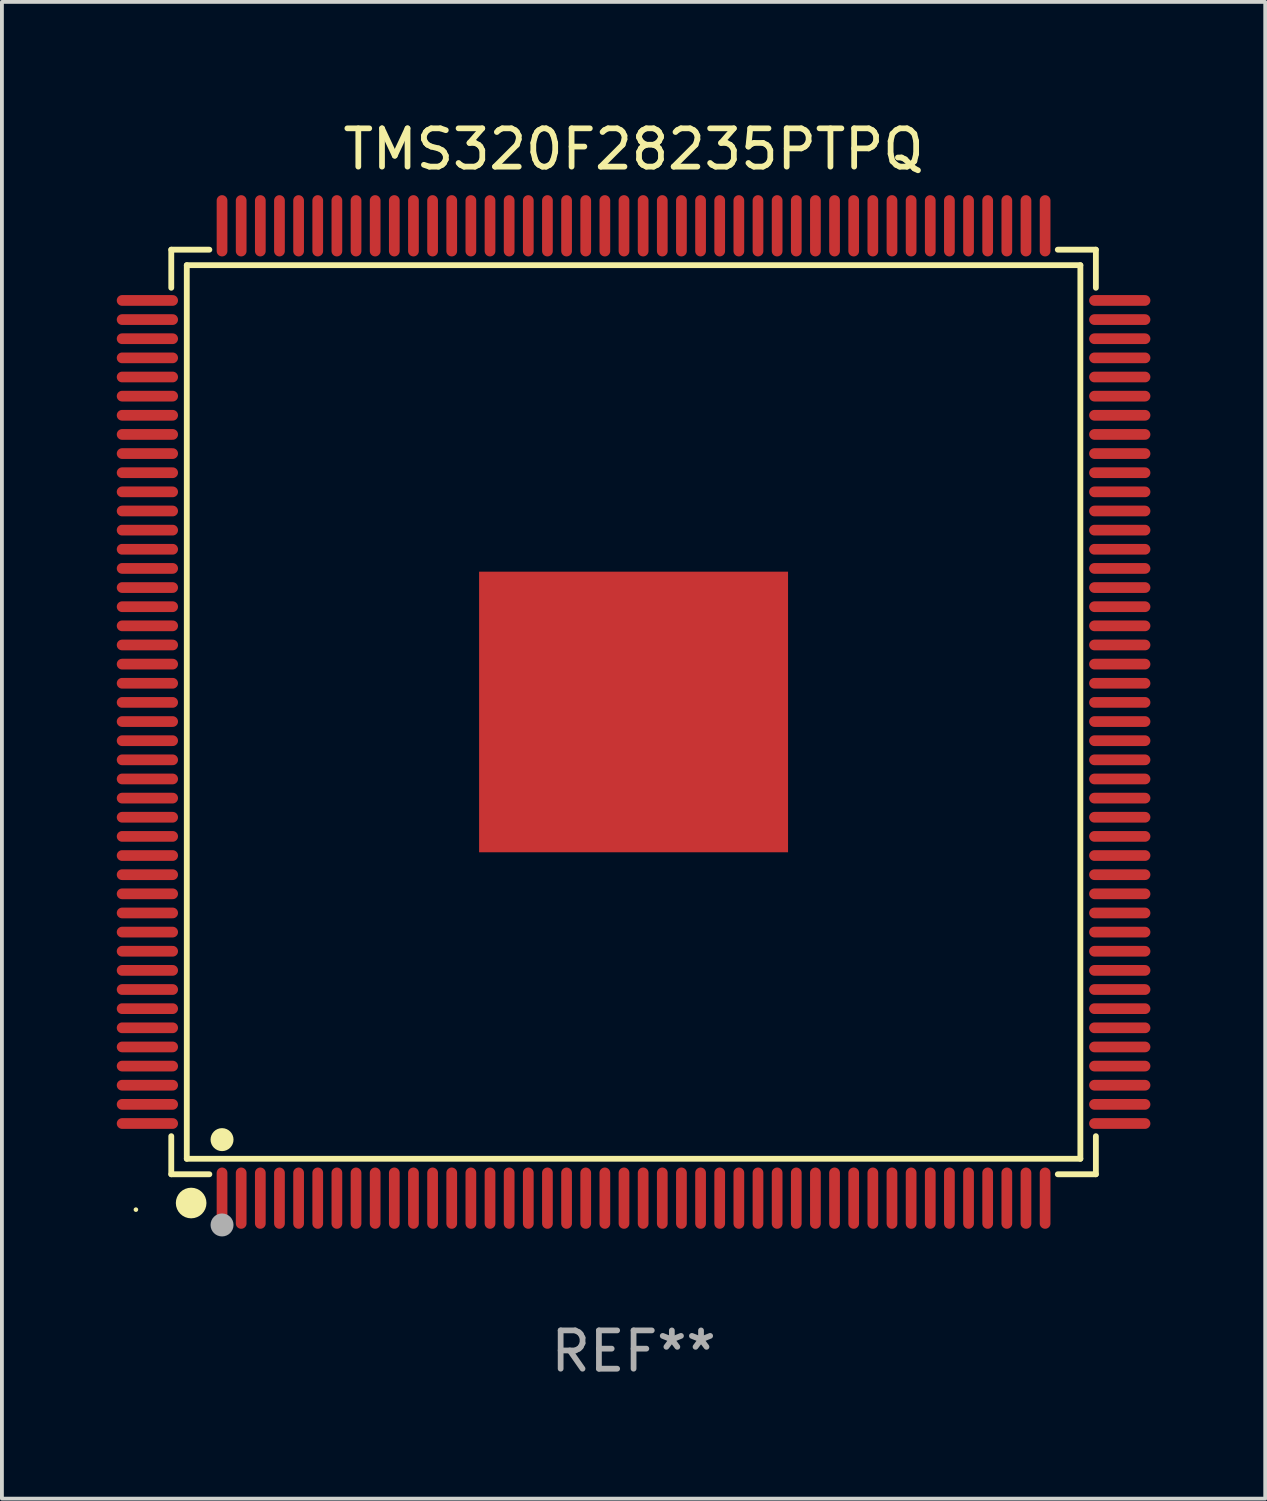
<source format=kicad_pcb>
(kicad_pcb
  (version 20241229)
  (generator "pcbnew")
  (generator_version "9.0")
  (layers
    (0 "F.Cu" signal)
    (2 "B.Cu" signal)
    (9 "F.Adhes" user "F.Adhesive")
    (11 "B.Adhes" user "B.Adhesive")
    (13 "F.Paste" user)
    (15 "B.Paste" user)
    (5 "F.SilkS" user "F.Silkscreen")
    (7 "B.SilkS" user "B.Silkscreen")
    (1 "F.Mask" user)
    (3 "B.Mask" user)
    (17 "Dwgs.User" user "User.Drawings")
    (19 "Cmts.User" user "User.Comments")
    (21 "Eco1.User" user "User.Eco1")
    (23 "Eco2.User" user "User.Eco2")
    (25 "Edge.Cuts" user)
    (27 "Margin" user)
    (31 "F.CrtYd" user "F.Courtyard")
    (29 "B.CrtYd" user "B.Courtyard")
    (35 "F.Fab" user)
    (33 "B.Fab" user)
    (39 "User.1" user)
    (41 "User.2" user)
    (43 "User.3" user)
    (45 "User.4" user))
  (footprint "TMS320F28235PTPQ"
    (layer "F.Cu")
    (at 13.5 15.548)
    (property "Reference" "TMS320F28235PTPQ" (at 0 -14.7 0) (layer "F.SilkS") (effects (font (size 1 1) (thickness 0.15))))
    (attr through_hole)
    (fp_line (start -12.076 -12.076) (end -11.081 -12.076) (stroke (width 0.152) (type solid)) (layer "F.SilkS"))
    (fp_line (start -12.076 -11.081) (end -12.076 -12.076) (stroke (width 0.152) (type solid)) (layer "F.SilkS"))
    (fp_line (start -12.076 11.081) (end -12.076 12.076) (stroke (width 0.152) (type solid)) (layer "F.SilkS"))
    (fp_line (start -12.076 12.076) (end -11.081 12.076) (stroke (width 0.152) (type solid)) (layer "F.SilkS"))
    (fp_line (start -11.671 -11.671) (end 11.671 -11.671) (stroke (width 0.152) (type solid)) (layer "F.SilkS"))
    (fp_line (start -11.671 11.671) (end -11.671 -11.671) (stroke (width 0.152) (type solid)) (layer "F.SilkS"))
    (fp_line (start 11.671 -11.671) (end 11.671 11.671) (stroke (width 0.152) (type solid)) (layer "F.SilkS"))
    (fp_line (start 11.671 11.671) (end -11.671 11.671) (stroke (width 0.152) (type solid)) (layer "F.SilkS"))
    (fp_line (start 12.076 -12.076) (end 11.081 -12.076) (stroke (width 0.152) (type solid)) (layer "F.SilkS"))
    (fp_line (start 12.076 -11.081) (end 12.076 -12.076) (stroke (width 0.152) (type solid)) (layer "F.SilkS"))
    (fp_line (start 12.076 11.081) (end 12.076 12.076) (stroke (width 0.152) (type solid)) (layer "F.SilkS"))
    (fp_line (start 12.076 12.076) (end 11.081 12.076) (stroke (width 0.152) (type solid)) (layer "F.SilkS"))
    (fp_circle (center -13 13) (end -12.97 13) (stroke (width 0.06) (type solid)) (fill no) (layer "F.SilkS"))
    (fp_circle (center -11.557 12.827) (end -11.357 12.827) (stroke (width 0.4) (type solid)) (fill no) (layer "F.SilkS"))
    (fp_circle (center -10.75 11.171) (end -10.6 11.171) (stroke (width 0.3) (type solid)) (fill no) (layer "F.SilkS"))
    (fp_circle (center -10.75 13.4) (end -10.6 13.4) (stroke (width 0.3) (type solid)) (fill no) (layer "F.Fab"))
    (fp_text user "REF**" (at 0 16.7 0) (layer "F.Fab") (effects (font (size 1 1) (thickness 0.15))))
    (pad "1" smd oval (at -10.75 12.7) (size 0.28 1.6) (layers "F.Cu" "F.Mask" "F.Paste"))
    (pad "2" smd oval (at -10.25 12.7) (size 0.28 1.6) (layers "F.Cu" "F.Mask" "F.Paste"))
    (pad "3" smd oval (at -9.75 12.7) (size 0.28 1.6) (layers "F.Cu" "F.Mask" "F.Paste"))
    (pad "4" smd oval (at -9.25 12.7) (size 0.28 1.6) (layers "F.Cu" "F.Mask" "F.Paste"))
    (pad "5" smd oval (at -8.75 12.7) (size 0.28 1.6) (layers "F.Cu" "F.Mask" "F.Paste"))
    (pad "6" smd oval (at -8.25 12.7) (size 0.28 1.6) (layers "F.Cu" "F.Mask" "F.Paste"))
    (pad "7" smd oval (at -7.75 12.7) (size 0.28 1.6) (layers "F.Cu" "F.Mask" "F.Paste"))
    (pad "8" smd oval (at -7.25 12.7) (size 0.28 1.6) (layers "F.Cu" "F.Mask" "F.Paste"))
    (pad "9" smd oval (at -6.75 12.7) (size 0.28 1.6) (layers "F.Cu" "F.Mask" "F.Paste"))
    (pad "10" smd oval (at -6.25 12.7) (size 0.28 1.6) (layers "F.Cu" "F.Mask" "F.Paste"))
    (pad "11" smd oval (at -5.75 12.7) (size 0.28 1.6) (layers "F.Cu" "F.Mask" "F.Paste"))
    (pad "12" smd oval (at -5.25 12.7) (size 0.28 1.6) (layers "F.Cu" "F.Mask" "F.Paste"))
    (pad "13" smd oval (at -4.75 12.7) (size 0.28 1.6) (layers "F.Cu" "F.Mask" "F.Paste"))
    (pad "14" smd oval (at -4.25 12.7) (size 0.28 1.6) (layers "F.Cu" "F.Mask" "F.Paste"))
    (pad "15" smd oval (at -3.75 12.7) (size 0.28 1.6) (layers "F.Cu" "F.Mask" "F.Paste"))
    (pad "16" smd oval (at -3.25 12.7) (size 0.28 1.6) (layers "F.Cu" "F.Mask" "F.Paste"))
    (pad "17" smd oval (at -2.75 12.7) (size 0.28 1.6) (layers "F.Cu" "F.Mask" "F.Paste"))
    (pad "18" smd oval (at -2.25 12.7) (size 0.28 1.6) (layers "F.Cu" "F.Mask" "F.Paste"))
    (pad "19" smd oval (at -1.75 12.7) (size 0.28 1.6) (layers "F.Cu" "F.Mask" "F.Paste"))
    (pad "20" smd oval (at -1.25 12.7) (size 0.28 1.6) (layers "F.Cu" "F.Mask" "F.Paste"))
    (pad "21" smd oval (at -0.75 12.7) (size 0.28 1.6) (layers "F.Cu" "F.Mask" "F.Paste"))
    (pad "22" smd oval (at -0.25 12.7) (size 0.28 1.6) (layers "F.Cu" "F.Mask" "F.Paste"))
    (pad "23" smd oval (at 0.25 12.7) (size 0.28 1.6) (layers "F.Cu" "F.Mask" "F.Paste"))
    (pad "24" smd oval (at 0.75 12.7) (size 0.28 1.6) (layers "F.Cu" "F.Mask" "F.Paste"))
    (pad "25" smd oval (at 1.25 12.7) (size 0.28 1.6) (layers "F.Cu" "F.Mask" "F.Paste"))
    (pad "26" smd oval (at 1.75 12.7) (size 0.28 1.6) (layers "F.Cu" "F.Mask" "F.Paste"))
    (pad "27" smd oval (at 2.25 12.7) (size 0.28 1.6) (layers "F.Cu" "F.Mask" "F.Paste"))
    (pad "28" smd oval (at 2.75 12.7) (size 0.28 1.6) (layers "F.Cu" "F.Mask" "F.Paste"))
    (pad "29" smd oval (at 3.25 12.7) (size 0.28 1.6) (layers "F.Cu" "F.Mask" "F.Paste"))
    (pad "30" smd oval (at 3.75 12.7) (size 0.28 1.6) (layers "F.Cu" "F.Mask" "F.Paste"))
    (pad "31" smd oval (at 4.25 12.7) (size 0.28 1.6) (layers "F.Cu" "F.Mask" "F.Paste"))
    (pad "32" smd oval (at 4.75 12.7) (size 0.28 1.6) (layers "F.Cu" "F.Mask" "F.Paste"))
    (pad "33" smd oval (at 5.25 12.7) (size 0.28 1.6) (layers "F.Cu" "F.Mask" "F.Paste"))
    (pad "34" smd oval (at 5.75 12.7) (size 0.28 1.6) (layers "F.Cu" "F.Mask" "F.Paste"))
    (pad "35" smd oval (at 6.25 12.7) (size 0.28 1.6) (layers "F.Cu" "F.Mask" "F.Paste"))
    (pad "36" smd oval (at 6.75 12.7) (size 0.28 1.6) (layers "F.Cu" "F.Mask" "F.Paste"))
    (pad "37" smd oval (at 7.25 12.7) (size 0.28 1.6) (layers "F.Cu" "F.Mask" "F.Paste"))
    (pad "38" smd oval (at 7.75 12.7) (size 0.28 1.6) (layers "F.Cu" "F.Mask" "F.Paste"))
    (pad "39" smd oval (at 8.25 12.7) (size 0.28 1.6) (layers "F.Cu" "F.Mask" "F.Paste"))
    (pad "40" smd oval (at 8.75 12.7) (size 0.28 1.6) (layers "F.Cu" "F.Mask" "F.Paste"))
    (pad "41" smd oval (at 9.25 12.7) (size 0.28 1.6) (layers "F.Cu" "F.Mask" "F.Paste"))
    (pad "42" smd oval (at 9.75 12.7) (size 0.28 1.6) (layers "F.Cu" "F.Mask" "F.Paste"))
    (pad "43" smd oval (at 10.25 12.7) (size 0.28 1.6) (layers "F.Cu" "F.Mask" "F.Paste"))
    (pad "44" smd oval (at 10.75 12.7) (size 0.28 1.6) (layers "F.Cu" "F.Mask" "F.Paste"))
    (pad "45" smd oval (at 12.7 10.75) (size 1.6 0.28) (layers "F.Cu" "F.Mask" "F.Paste"))
    (pad "46" smd oval (at 12.7 10.25) (size 1.6 0.28) (layers "F.Cu" "F.Mask" "F.Paste"))
    (pad "47" smd oval (at 12.7 9.75) (size 1.6 0.28) (layers "F.Cu" "F.Mask" "F.Paste"))
    (pad "48" smd oval (at 12.7 9.25) (size 1.6 0.28) (layers "F.Cu" "F.Mask" "F.Paste"))
    (pad "49" smd oval (at 12.7 8.75) (size 1.6 0.28) (layers "F.Cu" "F.Mask" "F.Paste"))
    (pad "50" smd oval (at 12.7 8.25) (size 1.6 0.28) (layers "F.Cu" "F.Mask" "F.Paste"))
    (pad "51" smd oval (at 12.7 7.75) (size 1.6 0.28) (layers "F.Cu" "F.Mask" "F.Paste"))
    (pad "52" smd oval (at 12.7 7.25) (size 1.6 0.28) (layers "F.Cu" "F.Mask" "F.Paste"))
    (pad "53" smd oval (at 12.7 6.75) (size 1.6 0.28) (layers "F.Cu" "F.Mask" "F.Paste"))
    (pad "54" smd oval (at 12.7 6.25) (size 1.6 0.28) (layers "F.Cu" "F.Mask" "F.Paste"))
    (pad "55" smd oval (at 12.7 5.75) (size 1.6 0.28) (layers "F.Cu" "F.Mask" "F.Paste"))
    (pad "56" smd oval (at 12.7 5.25) (size 1.6 0.28) (layers "F.Cu" "F.Mask" "F.Paste"))
    (pad "57" smd oval (at 12.7 4.75) (size 1.6 0.28) (layers "F.Cu" "F.Mask" "F.Paste"))
    (pad "58" smd oval (at 12.7 4.25) (size 1.6 0.28) (layers "F.Cu" "F.Mask" "F.Paste"))
    (pad "59" smd oval (at 12.7 3.75) (size 1.6 0.28) (layers "F.Cu" "F.Mask" "F.Paste"))
    (pad "60" smd oval (at 12.7 3.25) (size 1.6 0.28) (layers "F.Cu" "F.Mask" "F.Paste"))
    (pad "61" smd oval (at 12.7 2.75) (size 1.6 0.28) (layers "F.Cu" "F.Mask" "F.Paste"))
    (pad "62" smd oval (at 12.7 2.25) (size 1.6 0.28) (layers "F.Cu" "F.Mask" "F.Paste"))
    (pad "63" smd oval (at 12.7 1.75) (size 1.6 0.28) (layers "F.Cu" "F.Mask" "F.Paste"))
    (pad "64" smd oval (at 12.7 1.25) (size 1.6 0.28) (layers "F.Cu" "F.Mask" "F.Paste"))
    (pad "65" smd oval (at 12.7 0.75) (size 1.6 0.28) (layers "F.Cu" "F.Mask" "F.Paste"))
    (pad "66" smd oval (at 12.7 0.25) (size 1.6 0.28) (layers "F.Cu" "F.Mask" "F.Paste"))
    (pad "67" smd oval (at 12.7 -0.25) (size 1.6 0.28) (layers "F.Cu" "F.Mask" "F.Paste"))
    (pad "68" smd oval (at 12.7 -0.75) (size 1.6 0.28) (layers "F.Cu" "F.Mask" "F.Paste"))
    (pad "69" smd oval (at 12.7 -1.25) (size 1.6 0.28) (layers "F.Cu" "F.Mask" "F.Paste"))
    (pad "70" smd oval (at 12.7 -1.75) (size 1.6 0.28) (layers "F.Cu" "F.Mask" "F.Paste"))
    (pad "71" smd oval (at 12.7 -2.25) (size 1.6 0.28) (layers "F.Cu" "F.Mask" "F.Paste"))
    (pad "72" smd oval (at 12.7 -2.75) (size 1.6 0.28) (layers "F.Cu" "F.Mask" "F.Paste"))
    (pad "73" smd oval (at 12.7 -3.25) (size 1.6 0.28) (layers "F.Cu" "F.Mask" "F.Paste"))
    (pad "74" smd oval (at 12.7 -3.75) (size 1.6 0.28) (layers "F.Cu" "F.Mask" "F.Paste"))
    (pad "75" smd oval (at 12.7 -4.25) (size 1.6 0.28) (layers "F.Cu" "F.Mask" "F.Paste"))
    (pad "76" smd oval (at 12.7 -4.75) (size 1.6 0.28) (layers "F.Cu" "F.Mask" "F.Paste"))
    (pad "77" smd oval (at 12.7 -5.25) (size 1.6 0.28) (layers "F.Cu" "F.Mask" "F.Paste"))
    (pad "78" smd oval (at 12.7 -5.75) (size 1.6 0.28) (layers "F.Cu" "F.Mask" "F.Paste"))
    (pad "79" smd oval (at 12.7 -6.25) (size 1.6 0.28) (layers "F.Cu" "F.Mask" "F.Paste"))
    (pad "80" smd oval (at 12.7 -6.75) (size 1.6 0.28) (layers "F.Cu" "F.Mask" "F.Paste"))
    (pad "81" smd oval (at 12.7 -7.25) (size 1.6 0.28) (layers "F.Cu" "F.Mask" "F.Paste"))
    (pad "82" smd oval (at 12.7 -7.75) (size 1.6 0.28) (layers "F.Cu" "F.Mask" "F.Paste"))
    (pad "83" smd oval (at 12.7 -8.25) (size 1.6 0.28) (layers "F.Cu" "F.Mask" "F.Paste"))
    (pad "84" smd oval (at 12.7 -8.75) (size 1.6 0.28) (layers "F.Cu" "F.Mask" "F.Paste"))
    (pad "85" smd oval (at 12.7 -9.25) (size 1.6 0.28) (layers "F.Cu" "F.Mask" "F.Paste"))
    (pad "86" smd oval (at 12.7 -9.75) (size 1.6 0.28) (layers "F.Cu" "F.Mask" "F.Paste"))
    (pad "87" smd oval (at 12.7 -10.25) (size 1.6 0.28) (layers "F.Cu" "F.Mask" "F.Paste"))
    (pad "88" smd oval (at 12.7 -10.75) (size 1.6 0.28) (layers "F.Cu" "F.Mask" "F.Paste"))
    (pad "89" smd oval (at 10.75 -12.7) (size 0.28 1.6) (layers "F.Cu" "F.Mask" "F.Paste"))
    (pad "90" smd oval (at 10.25 -12.7) (size 0.28 1.6) (layers "F.Cu" "F.Mask" "F.Paste"))
    (pad "91" smd oval (at 9.75 -12.7) (size 0.28 1.6) (layers "F.Cu" "F.Mask" "F.Paste"))
    (pad "92" smd oval (at 9.25 -12.7) (size 0.28 1.6) (layers "F.Cu" "F.Mask" "F.Paste"))
    (pad "93" smd oval (at 8.75 -12.7) (size 0.28 1.6) (layers "F.Cu" "F.Mask" "F.Paste"))
    (pad "94" smd oval (at 8.25 -12.7) (size 0.28 1.6) (layers "F.Cu" "F.Mask" "F.Paste"))
    (pad "95" smd oval (at 7.75 -12.7) (size 0.28 1.6) (layers "F.Cu" "F.Mask" "F.Paste"))
    (pad "96" smd oval (at 7.25 -12.7) (size 0.28 1.6) (layers "F.Cu" "F.Mask" "F.Paste"))
    (pad "97" smd oval (at 6.75 -12.7) (size 0.28 1.6) (layers "F.Cu" "F.Mask" "F.Paste"))
    (pad "98" smd oval (at 6.25 -12.7) (size 0.28 1.6) (layers "F.Cu" "F.Mask" "F.Paste"))
    (pad "99" smd oval (at 5.75 -12.7) (size 0.28 1.6) (layers "F.Cu" "F.Mask" "F.Paste"))
    (pad "100" smd oval (at 5.25 -12.7) (size 0.28 1.6) (layers "F.Cu" "F.Mask" "F.Paste"))
    (pad "101" smd oval (at 4.75 -12.7) (size 0.28 1.6) (layers "F.Cu" "F.Mask" "F.Paste"))
    (pad "102" smd oval (at 4.25 -12.7) (size 0.28 1.6) (layers "F.Cu" "F.Mask" "F.Paste"))
    (pad "103" smd oval (at 3.75 -12.7) (size 0.28 1.6) (layers "F.Cu" "F.Mask" "F.Paste"))
    (pad "104" smd oval (at 3.25 -12.7) (size 0.28 1.6) (layers "F.Cu" "F.Mask" "F.Paste"))
    (pad "105" smd oval (at 2.75 -12.7) (size 0.28 1.6) (layers "F.Cu" "F.Mask" "F.Paste"))
    (pad "106" smd oval (at 2.25 -12.7) (size 0.28 1.6) (layers "F.Cu" "F.Mask" "F.Paste"))
    (pad "107" smd oval (at 1.75 -12.7) (size 0.28 1.6) (layers "F.Cu" "F.Mask" "F.Paste"))
    (pad "108" smd oval (at 1.25 -12.7) (size 0.28 1.6) (layers "F.Cu" "F.Mask" "F.Paste"))
    (pad "109" smd oval (at 0.75 -12.7) (size 0.28 1.6) (layers "F.Cu" "F.Mask" "F.Paste"))
    (pad "110" smd oval (at 0.25 -12.7) (size 0.28 1.6) (layers "F.Cu" "F.Mask" "F.Paste"))
    (pad "111" smd oval (at -0.25 -12.7) (size 0.28 1.6) (layers "F.Cu" "F.Mask" "F.Paste"))
    (pad "112" smd oval (at -0.75 -12.7) (size 0.28 1.6) (layers "F.Cu" "F.Mask" "F.Paste"))
    (pad "113" smd oval (at -1.25 -12.7) (size 0.28 1.6) (layers "F.Cu" "F.Mask" "F.Paste"))
    (pad "114" smd oval (at -1.75 -12.7) (size 0.28 1.6) (layers "F.Cu" "F.Mask" "F.Paste"))
    (pad "115" smd oval (at -2.25 -12.7) (size 0.28 1.6) (layers "F.Cu" "F.Mask" "F.Paste"))
    (pad "116" smd oval (at -2.75 -12.7) (size 0.28 1.6) (layers "F.Cu" "F.Mask" "F.Paste"))
    (pad "117" smd oval (at -3.25 -12.7) (size 0.28 1.6) (layers "F.Cu" "F.Mask" "F.Paste"))
    (pad "118" smd oval (at -3.75 -12.7) (size 0.28 1.6) (layers "F.Cu" "F.Mask" "F.Paste"))
    (pad "119" smd oval (at -4.25 -12.7) (size 0.28 1.6) (layers "F.Cu" "F.Mask" "F.Paste"))
    (pad "120" smd oval (at -4.75 -12.7) (size 0.28 1.6) (layers "F.Cu" "F.Mask" "F.Paste"))
    (pad "121" smd oval (at -5.25 -12.7) (size 0.28 1.6) (layers "F.Cu" "F.Mask" "F.Paste"))
    (pad "122" smd oval (at -5.75 -12.7) (size 0.28 1.6) (layers "F.Cu" "F.Mask" "F.Paste"))
    (pad "123" smd oval (at -6.25 -12.7) (size 0.28 1.6) (layers "F.Cu" "F.Mask" "F.Paste"))
    (pad "124" smd oval (at -6.75 -12.7) (size 0.28 1.6) (layers "F.Cu" "F.Mask" "F.Paste"))
    (pad "125" smd oval (at -7.25 -12.7) (size 0.28 1.6) (layers "F.Cu" "F.Mask" "F.Paste"))
    (pad "126" smd oval (at -7.75 -12.7) (size 0.28 1.6) (layers "F.Cu" "F.Mask" "F.Paste"))
    (pad "127" smd oval (at -8.25 -12.7) (size 0.28 1.6) (layers "F.Cu" "F.Mask" "F.Paste"))
    (pad "128" smd oval (at -8.75 -12.7) (size 0.28 1.6) (layers "F.Cu" "F.Mask" "F.Paste"))
    (pad "129" smd oval (at -9.25 -12.7) (size 0.28 1.6) (layers "F.Cu" "F.Mask" "F.Paste"))
    (pad "130" smd oval (at -9.75 -12.7) (size 0.28 1.6) (layers "F.Cu" "F.Mask" "F.Paste"))
    (pad "131" smd oval (at -10.25 -12.7) (size 0.28 1.6) (layers "F.Cu" "F.Mask" "F.Paste"))
    (pad "132" smd oval (at -10.75 -12.7) (size 0.28 1.6) (layers "F.Cu" "F.Mask" "F.Paste"))
    (pad "133" smd oval (at -12.7 -10.75) (size 1.6 0.28) (layers "F.Cu" "F.Mask" "F.Paste"))
    (pad "134" smd oval (at -12.7 -10.25) (size 1.6 0.28) (layers "F.Cu" "F.Mask" "F.Paste"))
    (pad "135" smd oval (at -12.7 -9.75) (size 1.6 0.28) (layers "F.Cu" "F.Mask" "F.Paste"))
    (pad "136" smd oval (at -12.7 -9.25) (size 1.6 0.28) (layers "F.Cu" "F.Mask" "F.Paste"))
    (pad "137" smd oval (at -12.7 -8.75) (size 1.6 0.28) (layers "F.Cu" "F.Mask" "F.Paste"))
    (pad "138" smd oval (at -12.7 -8.25) (size 1.6 0.28) (layers "F.Cu" "F.Mask" "F.Paste"))
    (pad "139" smd oval (at -12.7 -7.75) (size 1.6 0.28) (layers "F.Cu" "F.Mask" "F.Paste"))
    (pad "140" smd oval (at -12.7 -7.25) (size 1.6 0.28) (layers "F.Cu" "F.Mask" "F.Paste"))
    (pad "141" smd oval (at -12.7 -6.75) (size 1.6 0.28) (layers "F.Cu" "F.Mask" "F.Paste"))
    (pad "142" smd oval (at -12.7 -6.25) (size 1.6 0.28) (layers "F.Cu" "F.Mask" "F.Paste"))
    (pad "143" smd oval (at -12.7 -5.75) (size 1.6 0.28) (layers "F.Cu" "F.Mask" "F.Paste"))
    (pad "144" smd oval (at -12.7 -5.25) (size 1.6 0.28) (layers "F.Cu" "F.Mask" "F.Paste"))
    (pad "145" smd oval (at -12.7 -4.75) (size 1.6 0.28) (layers "F.Cu" "F.Mask" "F.Paste"))
    (pad "146" smd oval (at -12.7 -4.25) (size 1.6 0.28) (layers "F.Cu" "F.Mask" "F.Paste"))
    (pad "147" smd oval (at -12.7 -3.75) (size 1.6 0.28) (layers "F.Cu" "F.Mask" "F.Paste"))
    (pad "148" smd oval (at -12.7 -3.25) (size 1.6 0.28) (layers "F.Cu" "F.Mask" "F.Paste"))
    (pad "149" smd oval (at -12.7 -2.75) (size 1.6 0.28) (layers "F.Cu" "F.Mask" "F.Paste"))
    (pad "150" smd oval (at -12.7 -2.25) (size 1.6 0.28) (layers "F.Cu" "F.Mask" "F.Paste"))
    (pad "151" smd oval (at -12.7 -1.75) (size 1.6 0.28) (layers "F.Cu" "F.Mask" "F.Paste"))
    (pad "152" smd oval (at -12.7 -1.25) (size 1.6 0.28) (layers "F.Cu" "F.Mask" "F.Paste"))
    (pad "153" smd oval (at -12.7 -0.75) (size 1.6 0.28) (layers "F.Cu" "F.Mask" "F.Paste"))
    (pad "154" smd oval (at -12.7 -0.25) (size 1.6 0.28) (layers "F.Cu" "F.Mask" "F.Paste"))
    (pad "155" smd oval (at -12.7 0.25) (size 1.6 0.28) (layers "F.Cu" "F.Mask" "F.Paste"))
    (pad "156" smd oval (at -12.7 0.75) (size 1.6 0.28) (layers "F.Cu" "F.Mask" "F.Paste"))
    (pad "157" smd oval (at -12.7 1.25) (size 1.6 0.28) (layers "F.Cu" "F.Mask" "F.Paste"))
    (pad "158" smd oval (at -12.7 1.75) (size 1.6 0.28) (layers "F.Cu" "F.Mask" "F.Paste"))
    (pad "159" smd oval (at -12.7 2.25) (size 1.6 0.28) (layers "F.Cu" "F.Mask" "F.Paste"))
    (pad "160" smd oval (at -12.7 2.75) (size 1.6 0.28) (layers "F.Cu" "F.Mask" "F.Paste"))
    (pad "161" smd oval (at -12.7 3.25) (size 1.6 0.28) (layers "F.Cu" "F.Mask" "F.Paste"))
    (pad "162" smd oval (at -12.7 3.75) (size 1.6 0.28) (layers "F.Cu" "F.Mask" "F.Paste"))
    (pad "163" smd oval (at -12.7 4.25) (size 1.6 0.28) (layers "F.Cu" "F.Mask" "F.Paste"))
    (pad "164" smd oval (at -12.7 4.75) (size 1.6 0.28) (layers "F.Cu" "F.Mask" "F.Paste"))
    (pad "165" smd oval (at -12.7 5.25) (size 1.6 0.28) (layers "F.Cu" "F.Mask" "F.Paste"))
    (pad "166" smd oval (at -12.7 5.75) (size 1.6 0.28) (layers "F.Cu" "F.Mask" "F.Paste"))
    (pad "167" smd oval (at -12.7 6.25) (size 1.6 0.28) (layers "F.Cu" "F.Mask" "F.Paste"))
    (pad "168" smd oval (at -12.7 6.75) (size 1.6 0.28) (layers "F.Cu" "F.Mask" "F.Paste"))
    (pad "169" smd oval (at -12.7 7.25) (size 1.6 0.28) (layers "F.Cu" "F.Mask" "F.Paste"))
    (pad "170" smd oval (at -12.7 7.75) (size 1.6 0.28) (layers "F.Cu" "F.Mask" "F.Paste"))
    (pad "171" smd oval (at -12.7 8.25) (size 1.6 0.28) (layers "F.Cu" "F.Mask" "F.Paste"))
    (pad "172" smd oval (at -12.7 8.75) (size 1.6 0.28) (layers "F.Cu" "F.Mask" "F.Paste"))
    (pad "173" smd oval (at -12.7 9.25) (size 1.6 0.28) (layers "F.Cu" "F.Mask" "F.Paste"))
    (pad "174" smd oval (at -12.7 9.75) (size 1.6 0.28) (layers "F.Cu" "F.Mask" "F.Paste"))
    (pad "175" smd oval (at -12.7 10.25) (size 1.6 0.28) (layers "F.Cu" "F.Mask" "F.Paste"))
    (pad "176" smd oval (at -12.7 10.75) (size 1.6 0.28) (layers "F.Cu" "F.Mask" "F.Paste"))
    (pad "177" smd rect (at 0 0) (size 8.07 7.33) (layers "F.Cu" "F.Mask" "F.Paste")))
  (gr_rect
    (start -3 -3)
    (end 30 36.097)
    (stroke (width 0.1) (type default))
    (fill no)
    (layer "Edge.Cuts")))
</source>
